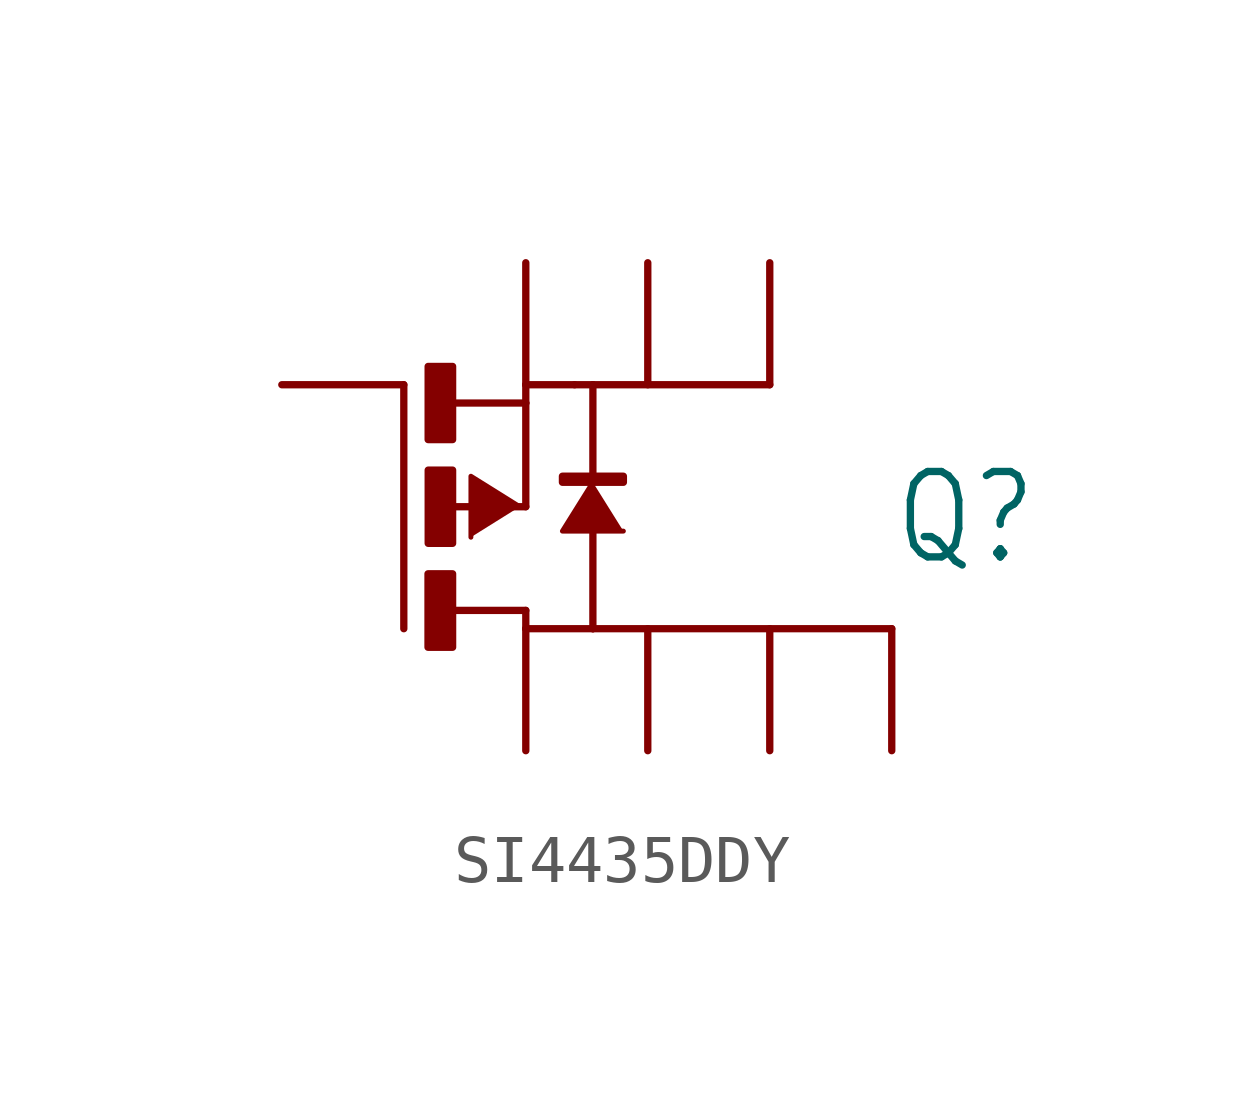
<source format=kicad_sym>
(kicad_symbol_lib
  (version 20231120)
  (generator "kicad_symbol_editor")
  (generator_version "8.0")
  (symbol "SI4435DDY"
    (property "Reference" "Q"
      (at 7.62 -1.27 0)
      (effects (font (size 1.778 1.511)) (justify left bottom)))
    (property "Value" ""
      (at 7.621 1.27 0)
      (effects (font (size 1.778 1.511)) (justify left bottom)))
    (property "ki_locked" ""
      (at 0 0 0)
      (effects (font (size 1.27 1.27))))
    (symbol "SI4435DDY_1_0"
      (rectangle (start -2.036 -2.926) (end -1.524 -1.397) (stroke (width 0) (type default)) (fill (type outline)))
      (rectangle (start -2.033 1.398) (end -1.524 2.921) (stroke (width 0) (type default)) (fill (type outline)))
      (rectangle (start -2.032 -0.762) (end -1.524 0.762) (stroke (width 0) (type default)) (fill (type outline)))
      (polyline (pts (xy -2.54 2.54) (xy -2.54 -2.54)) (stroke (width 0.152) (type solid)) (fill (type none)))
      (polyline (pts (xy -1.651 0) (xy 0 0)) (stroke (width 0.152) (type solid)) (fill (type none)))
      (polyline (pts (xy -1.524 -2.159) (xy 0 -2.159)) (stroke (width 0.152) (type solid)) (fill (type none)))
      (polyline (pts (xy -1.524 2.159) (xy 0 2.159)) (stroke (width 0.152) (type solid)) (fill (type none)))
      (polyline (pts (xy 0 -2.54) (xy 1.397 -2.54)) (stroke (width 0.152) (type solid)) (fill (type none)))
      (polyline (pts (xy 0 -2.159) (xy 0 -2.54)) (stroke (width 0.152) (type solid)) (fill (type none)))
      (polyline (pts (xy 0 0) (xy 0 2.159)) (stroke (width 0.152) (type solid)) (fill (type none)))
      (polyline (pts (xy 0 2.159) (xy 0 2.54)) (stroke (width 0.152) (type solid)) (fill (type none)))
      (polyline (pts (xy 1.016 2.54) (xy 0 2.54)) (stroke (width 0.152) (type solid)) (fill (type none)))
      (polyline (pts (xy 1.397 -2.54) (xy 1.397 -0.381)) (stroke (width 0.152) (type solid)) (fill (type none)))
      (polyline (pts (xy 1.397 -2.54) (xy 7.62 -2.54)) (stroke (width 0.152) (type solid)) (fill (type none)))
      (polyline (pts (xy 1.397 0.508) (xy 1.397 2.54)) (stroke (width 0.152) (type solid)) (fill (type none)))
      (polyline (pts (xy 1.397 2.54) (xy 1.016 2.54)) (stroke (width 0.152) (type solid)) (fill (type none)))
      (polyline (pts (xy 5.08 2.54) (xy 1.397 2.54)) (stroke (width 0.152) (type solid)) (fill (type none)))
      (polyline (pts (xy -0.127 0) (xy -1.143 0.635) (xy -1.143 -0.635)) (stroke (width 0.102) (type solid)) (fill (type outline)))
      (polyline (pts (xy 1.397 0.508) (xy 0.762 -0.508) (xy 2.032 -0.508)) (stroke (width 0.102) (type solid)) (fill (type outline)))
      (rectangle (start 0.763 0.509) (end 2.032 0.635) (stroke (width 0) (type default)) (fill (type outline)))
      (pin passive line (at 0 5.08 270) (length 2.54) (name "S@1" (effects (font (size 0 0)))) (number "1" (effects (font (size 0 0)))))
      (pin passive line (at 2.54 5.08 270) (length 2.54) (name "S@2" (effects (font (size 0 0)))) (number "2" (effects (font (size 0 0)))))
      (pin passive line (at 5.08 5.08 270) (length 2.54) (name "S@3" (effects (font (size 0 0)))) (number "3" (effects (font (size 0 0)))))
      (pin passive line (at -5.08 2.54 0) (length 2.54) (name "G" (effects (font (size 0 0)))) (number "4" (effects (font (size 0 0)))))
      (pin passive line (at 0 -5.08 90) (length 2.54) (name "D@1" (effects (font (size 0 0)))) (number "5" (effects (font (size 0 0)))))
      (pin passive line (at 2.54 -5.08 90) (length 2.54) (name "D@2" (effects (font (size 0 0)))) (number "6" (effects (font (size 0 0)))))
      (pin passive line (at 5.08 -5.08 90) (length 2.54) (name "D@3" (effects (font (size 0 0)))) (number "7" (effects (font (size 0 0)))))
      (pin passive line (at 7.62 -5.08 90) (length 2.54) (name "D@4" (effects (font (size 0 0)))) (number "8" (effects (font (size 0 0))))))))
</source>
